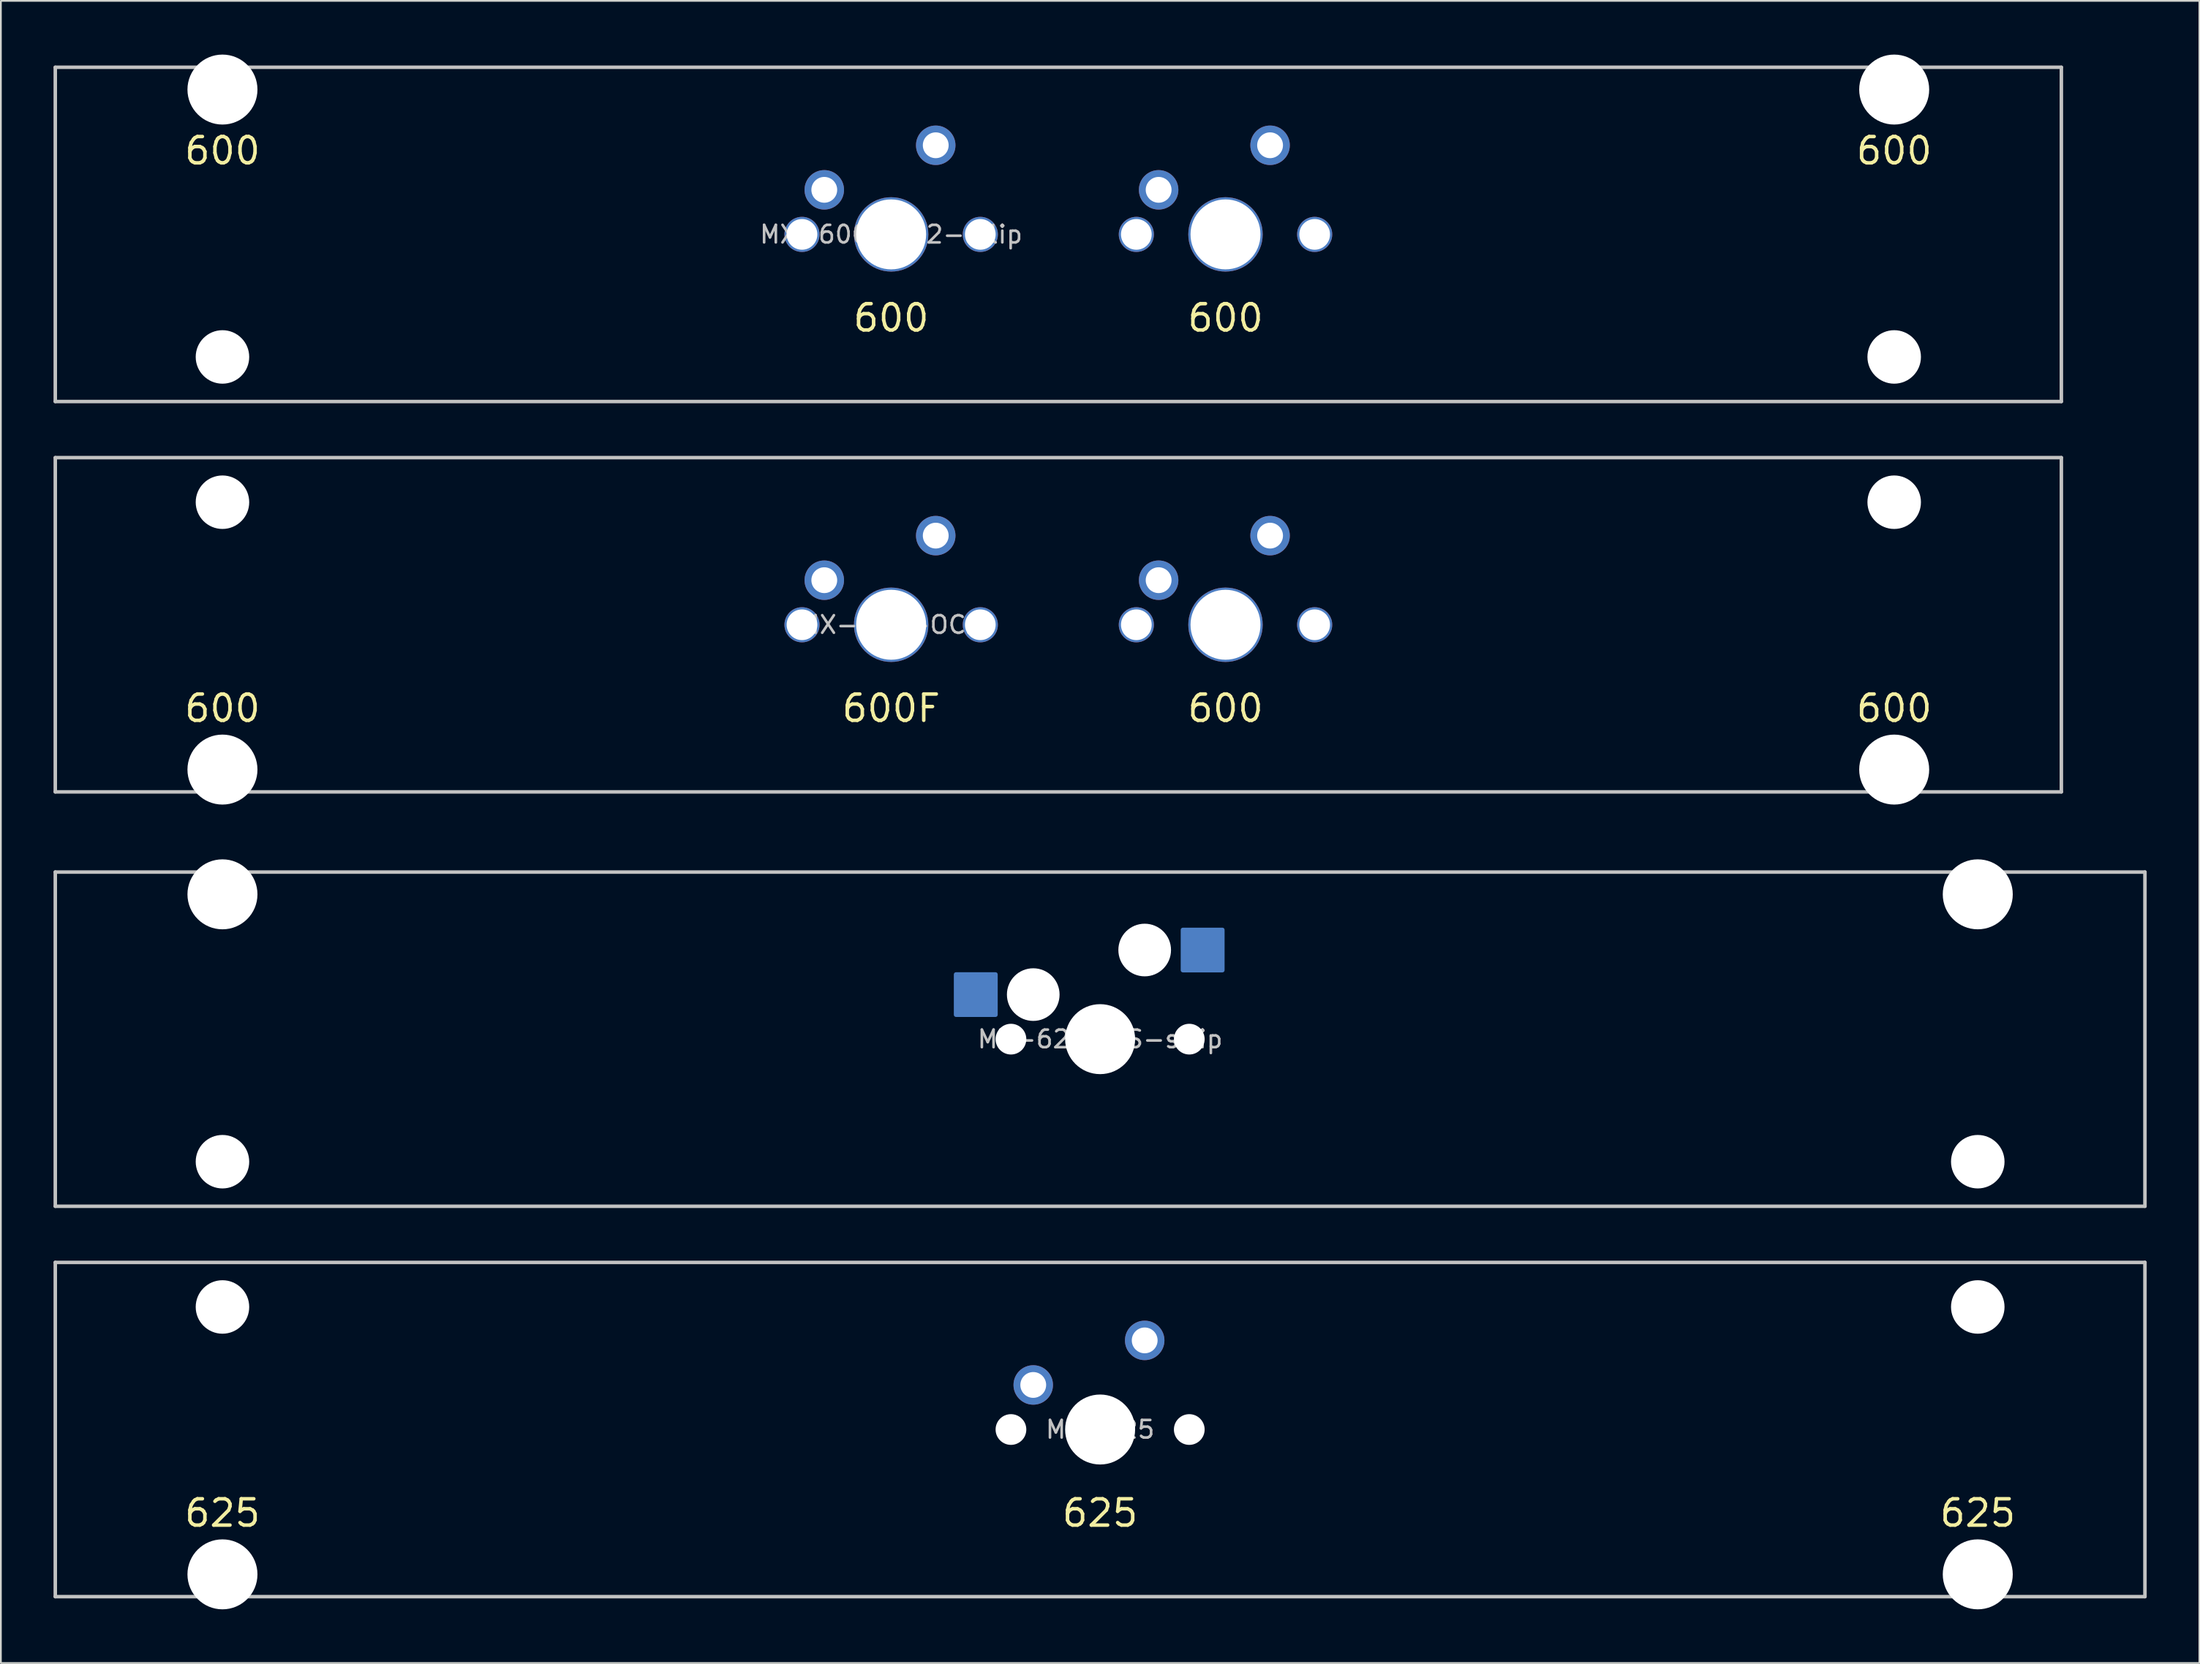
<source format=kicad_pcb>
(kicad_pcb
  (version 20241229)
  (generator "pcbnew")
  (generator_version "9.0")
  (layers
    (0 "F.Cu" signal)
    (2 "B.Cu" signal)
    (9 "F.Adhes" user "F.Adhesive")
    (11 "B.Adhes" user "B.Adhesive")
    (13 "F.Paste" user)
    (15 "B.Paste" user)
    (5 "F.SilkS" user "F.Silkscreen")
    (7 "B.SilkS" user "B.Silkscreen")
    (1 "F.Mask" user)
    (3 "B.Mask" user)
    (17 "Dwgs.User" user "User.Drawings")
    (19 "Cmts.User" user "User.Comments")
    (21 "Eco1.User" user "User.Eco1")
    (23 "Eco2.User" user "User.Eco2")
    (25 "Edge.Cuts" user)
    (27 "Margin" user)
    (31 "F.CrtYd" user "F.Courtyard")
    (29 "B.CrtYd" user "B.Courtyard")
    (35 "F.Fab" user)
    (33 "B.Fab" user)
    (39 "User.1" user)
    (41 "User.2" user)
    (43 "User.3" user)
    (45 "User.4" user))
  (footprint "MX-600-OC2-sflip"
    (layer "F.Cu")
    (at 57.25 10.31)
    (property "Reference" "MX-600-OC2-sflip" (at -9.525 0 0) (layer "Dwgs.User") (effects (font (size 1 1) (thickness 0.15))))
    (attr through_hole)
    (fp_line (start -57.15 -9.525) (end 57.15 -9.525) (stroke (width 0.2) (type solid)) (layer "Dwgs.User"))
    (fp_line (start -57.15 9.525) (end -57.15 -9.525) (stroke (width 0.2) (type solid)) (layer "Dwgs.User"))
    (fp_line (start -57.15 9.525) (end 57.15 9.525) (stroke (width 0.2) (type solid)) (layer "Dwgs.User"))
    (fp_line (start 57.15 -9.525) (end 57.15 9.525) (stroke (width 0.2) (type solid)) (layer "Dwgs.User"))
    (fp_line (start -51.055 -10.25) (end -51.055 8.95) (stroke (width 0.12) (type solid)) (layer "Eco1.User"))
    (fp_line (start -51.055 8.95) (end -44.195 8.95) (stroke (width 0.12) (type solid)) (layer "Eco1.User"))
    (fp_line (start -44.195 -7) (end -16.525 -7) (stroke (width 0.12) (type solid)) (layer "Eco1.User"))
    (fp_line (start -44.195 8.95) (end -44.195 -7) (stroke (width 0.12) (type solid)) (layer "Eco1.User"))
    (fp_line (start -16.525 7) (end -16.525 -7) (stroke (width 0.12) (type solid)) (layer "Eco1.User"))
    (fp_line (start -2.525 7) (end -16.525 7) (stroke (width 0.12) (type solid)) (layer "Eco1.User"))
    (fp_line (start -2.525 7) (end -2.525 -7) (stroke (width 0.12) (type solid)) (layer "Eco1.User"))
    (fp_line (start 2.525 -7) (end -2.525 -7) (stroke (width 0.12) (type solid)) (layer "Eco1.User"))
    (fp_line (start 2.525 7) (end 2.525 -7) (stroke (width 0.12) (type solid)) (layer "Eco1.User"))
    (fp_line (start 16.525 -7) (end 44.195 -7) (stroke (width 0.12) (type solid)) (layer "Eco1.User"))
    (fp_line (start 16.525 7) (end 2.525 7) (stroke (width 0.12) (type solid)) (layer "Eco1.User"))
    (fp_line (start 16.525 7) (end 16.525 -7) (stroke (width 0.12) (type solid)) (layer "Eco1.User"))
    (fp_line (start 44.195 -7) (end 44.195 8.95) (stroke (width 0.12) (type solid)) (layer "Eco1.User"))
    (fp_line (start 44.195 8.95) (end 51.055 8.95) (stroke (width 0.12) (type solid)) (layer "Eco1.User"))
    (fp_line (start 51.055 -10.25) (end -51.055 -10.25) (stroke (width 0.12) (type solid)) (layer "Eco1.User"))
    (fp_line (start 51.055 8.95) (end 51.055 -10.25) (stroke (width 0.12) (type solid)) (layer "Eco1.User"))
    (fp_circle (center -47.625 6.985) (end -50.125 6.985) (stroke (width 0.12) (type solid)) (fill no) (layer "Eco2.User"))
    (fp_circle (center 47.625 6.985) (end 45.125 6.985) (stroke (width 0.12) (type solid)) (fill no) (layer "Eco2.User"))
    (fp_text user "600" (at -47.625 -4.763 0) (layer "F.SilkS") (effects (font (size 1.5 1.5) (thickness 0.2))))
    (fp_text user "600" (at 47.625 -4.763 0) (layer "F.SilkS") (effects (font (size 1.5 1.5) (thickness 0.2))))
    (fp_text user "600" (at 9.525 4.763 0) (layer "F.SilkS") (effects (font (size 1.5 1.5) (thickness 0.2))))
    (fp_text user "600" (at -9.525 4.763 0) (layer "F.SilkS") (effects (font (size 1.5 1.5) (thickness 0.2))))
    (pad "" np_thru_hole circle (at -47.625 -8.255 180) (size 3.988 3.988) (drill 3.988) (layers "*.Cu" "*.Mask"))
    (pad "" np_thru_hole circle (at -47.625 6.985 180) (size 3.048 3.048) (drill 3.048) (layers "*.Cu" "*.Mask"))
    (pad "" thru_hole circle (at -14.605 0) (size 2 2) (drill 1.75) (layers "*.Cu"))
    (pad "" thru_hole circle (at -9.525 0) (size 4.238 4.238) (drill 3.988) (layers "*.Cu"))
    (pad "" thru_hole circle (at -4.445 0) (size 2 2) (drill 1.75) (layers "*.Cu"))
    (pad "" thru_hole circle (at 4.445 0) (size 2 2) (drill 1.75) (layers "*.Cu"))
    (pad "" thru_hole circle (at 9.525 0) (size 4.238 4.238) (drill 3.988) (layers "*.Cu"))
    (pad "" thru_hole circle (at 14.605 0) (size 2 2) (drill 1.75) (layers "*.Cu"))
    (pad "" np_thru_hole circle (at 47.625 -8.255 180) (size 3.988 3.988) (drill 3.988) (layers "*.Cu" "*.Mask"))
    (pad "" np_thru_hole circle (at 47.625 6.985 180) (size 3.048 3.048) (drill 3.048) (layers "*.Cu" "*.Mask"))
    (pad "1" thru_hole circle (at -6.985 -5.08) (size 2.25 2.25) (drill 1.47) (layers "*.Cu" "B.Mask"))
    (pad "1" thru_hole circle (at 12.065 -5.08) (size 2.25 2.25) (drill 1.47) (layers "*.Cu" "B.Mask"))
    (pad "2" thru_hole circle (at -13.335 -2.54) (size 2.25 2.25) (drill 1.47) (layers "*.Cu" "B.Mask"))
    (pad "2" thru_hole circle (at 5.715 -2.54) (size 2.25 2.25) (drill 1.47) (layers "*.Cu" "B.Mask")))
  (footprint "MX-600-OC2"
    (layer "F.Cu")
    (at 57.25 32.56)
    (property "Reference" "MX-600-OC2" (at -9.525 0 0) (layer "Dwgs.User") (effects (font (size 1 1) (thickness 0.15))))
    (attr through_hole)
    (fp_line (start -57.15 9.525) (end -57.15 -9.525) (stroke (width 0.2) (type solid)) (layer "Dwgs.User"))
    (fp_line (start 57.15 -9.525) (end -57.15 -9.525) (stroke (width 0.2) (type solid)) (layer "Dwgs.User"))
    (fp_line (start 57.15 -9.525) (end 57.15 9.525) (stroke (width 0.2) (type solid)) (layer "Dwgs.User"))
    (fp_line (start 57.15 9.525) (end -57.15 9.525) (stroke (width 0.2) (type solid)) (layer "Dwgs.User"))
    (fp_line (start -51.055 -8.95) (end -51.055 10.25) (stroke (width 0.12) (type solid)) (layer "Eco1.User"))
    (fp_line (start -51.055 10.25) (end 51.055 10.25) (stroke (width 0.12) (type solid)) (layer "Eco1.User"))
    (fp_line (start -44.195 -8.95) (end -51.055 -8.95) (stroke (width 0.12) (type solid)) (layer "Eco1.User"))
    (fp_line (start -44.195 7) (end -44.195 -8.95) (stroke (width 0.12) (type solid)) (layer "Eco1.User"))
    (fp_line (start -16.525 -7) (end -16.525 7) (stroke (width 0.12) (type solid)) (layer "Eco1.User"))
    (fp_line (start -16.525 -7) (end -2.525 -7) (stroke (width 0.12) (type solid)) (layer "Eco1.User"))
    (fp_line (start -16.525 7) (end -44.195 7) (stroke (width 0.12) (type solid)) (layer "Eco1.User"))
    (fp_line (start -2.525 -7) (end -2.525 7) (stroke (width 0.12) (type solid)) (layer "Eco1.User"))
    (fp_line (start -2.525 7) (end 2.525 7) (stroke (width 0.12) (type solid)) (layer "Eco1.User"))
    (fp_line (start 2.525 -7) (end 2.525 7) (stroke (width 0.12) (type solid)) (layer "Eco1.User"))
    (fp_line (start 2.525 -7) (end 16.525 -7) (stroke (width 0.12) (type solid)) (layer "Eco1.User"))
    (fp_line (start 16.525 -7) (end 16.525 7) (stroke (width 0.12) (type solid)) (layer "Eco1.User"))
    (fp_line (start 44.195 -8.95) (end 44.195 7) (stroke (width 0.12) (type solid)) (layer "Eco1.User"))
    (fp_line (start 44.195 7) (end 16.525 7) (stroke (width 0.12) (type solid)) (layer "Eco1.User"))
    (fp_line (start 51.055 -8.95) (end 44.195 -8.95) (stroke (width 0.12) (type solid)) (layer "Eco1.User"))
    (fp_line (start 51.055 10.25) (end 51.055 -8.95) (stroke (width 0.12) (type solid)) (layer "Eco1.User"))
    (fp_circle (center -47.625 -6.985) (end -45.125 -6.985) (stroke (width 0.12) (type solid)) (fill no) (layer "Eco2.User"))
    (fp_circle (center 47.625 -6.985) (end 50.125 -6.985) (stroke (width 0.12) (type solid)) (fill no) (layer "Eco2.User"))
    (fp_text user "600" (at -47.625 4.763 0) (layer "F.SilkS") (effects (font (size 1.5 1.5) (thickness 0.2))))
    (fp_text user "600" (at 9.525 4.763 0) (layer "F.SilkS") (effects (font (size 1.5 1.5) (thickness 0.2))))
    (fp_text user "600F" (at -9.525 4.763 0) (layer "F.SilkS") (effects (font (size 1.5 1.5) (thickness 0.2))))
    (fp_text user "600" (at 47.625 4.763 0) (layer "F.SilkS") (effects (font (size 1.5 1.5) (thickness 0.2))))
    (pad "" np_thru_hole circle (at -47.625 -6.985) (size 3.048 3.048) (drill 3.048) (layers "*.Cu" "*.Mask"))
    (pad "" np_thru_hole circle (at -47.625 8.255) (size 3.988 3.988) (drill 3.988) (layers "*.Cu" "*.Mask"))
    (pad "" thru_hole circle (at -14.605 0) (size 2 2) (drill 1.75) (layers "*.Cu"))
    (pad "" thru_hole circle (at -9.525 0) (size 4.238 4.238) (drill 3.988) (layers "*.Cu"))
    (pad "" thru_hole circle (at -4.445 0) (size 2 2) (drill 1.75) (layers "*.Cu"))
    (pad "" thru_hole circle (at 4.445 0) (size 2 2) (drill 1.75) (layers "*.Cu"))
    (pad "" thru_hole circle (at 9.525 0) (size 4.238 4.238) (drill 3.988) (layers "*.Cu"))
    (pad "" thru_hole circle (at 14.605 0) (size 2 2) (drill 1.75) (layers "*.Cu"))
    (pad "" np_thru_hole circle (at 47.625 -6.985) (size 3.048 3.048) (drill 3.048) (layers "*.Cu" "*.Mask"))
    (pad "" np_thru_hole circle (at 47.625 8.255) (size 3.988 3.988) (drill 3.988) (layers "*.Cu" "*.Mask"))
    (pad "1" thru_hole circle (at -6.985 -5.08) (size 2.25 2.25) (drill 1.47) (layers "*.Cu" "B.Mask"))
    (pad "1" thru_hole circle (at 12.065 -5.08) (size 2.25 2.25) (drill 1.47) (layers "*.Cu" "B.Mask"))
    (pad "2" thru_hole circle (at -13.335 -2.54) (size 2.25 2.25) (drill 1.47) (layers "*.Cu" "B.Mask"))
    (pad "2" thru_hole circle (at 5.715 -2.54) (size 2.25 2.25) (drill 1.47) (layers "*.Cu" "B.Mask")))
  (footprint "MX-625"
    (layer "F.Cu")
    (at 59.631 78.43)
    (property "Reference" "MX-625" (at 0 0 0) (layer "Dwgs.User") (effects (font (size 1 1) (thickness 0.15))))
    (attr through_hole)
    (fp_line (start -59.531 9.525) (end -59.531 -9.525) (stroke (width 0.2) (type solid)) (layer "Dwgs.User"))
    (fp_line (start 59.531 -9.525) (end -59.531 -9.525) (stroke (width 0.2) (type solid)) (layer "Dwgs.User"))
    (fp_line (start 59.531 -9.525) (end 59.531 9.525) (stroke (width 0.2) (type solid)) (layer "Dwgs.User"))
    (fp_line (start 59.531 9.525) (end -59.531 9.525) (stroke (width 0.2) (type solid)) (layer "Dwgs.User"))
    (fp_line (start -53.436 -8.95) (end -53.436 10.25) (stroke (width 0.12) (type solid)) (layer "Eco1.User"))
    (fp_line (start -53.436 10.25) (end 53.436 10.25) (stroke (width 0.12) (type solid)) (layer "Eco1.User"))
    (fp_line (start -46.576 -8.95) (end -53.436 -8.95) (stroke (width 0.12) (type solid)) (layer "Eco1.User"))
    (fp_line (start -46.576 7) (end -46.576 -8.95) (stroke (width 0.12) (type solid)) (layer "Eco1.User"))
    (fp_line (start -7 -7) (end -7 7) (stroke (width 0.12) (type solid)) (layer "Eco1.User"))
    (fp_line (start -7 -7) (end 7 -7) (stroke (width 0.12) (type solid)) (layer "Eco1.User"))
    (fp_line (start -7 7) (end -46.576 7) (stroke (width 0.12) (type solid)) (layer "Eco1.User"))
    (fp_line (start 7 -7) (end 7 7) (stroke (width 0.12) (type solid)) (layer "Eco1.User"))
    (fp_line (start 46.576 -8.95) (end 46.576 7) (stroke (width 0.12) (type solid)) (layer "Eco1.User"))
    (fp_line (start 46.576 7) (end 7 7) (stroke (width 0.12) (type solid)) (layer "Eco1.User"))
    (fp_line (start 53.436 -8.95) (end 46.576 -8.95) (stroke (width 0.12) (type solid)) (layer "Eco1.User"))
    (fp_line (start 53.436 10.25) (end 53.436 -8.95) (stroke (width 0.12) (type solid)) (layer "Eco1.User"))
    (fp_circle (center -50.006 -6.985) (end -47.506 -6.985) (stroke (width 0.12) (type solid)) (fill no) (layer "Eco2.User"))
    (fp_circle (center 50.006 -6.985) (end 52.506 -6.985) (stroke (width 0.12) (type solid)) (fill no) (layer "Eco2.User"))
    (fp_text user "625" (at 0 4.763 0) (layer "F.SilkS") (effects (font (size 1.5 1.5) (thickness 0.2))))
    (fp_text user "625" (at -50.006 4.763 0) (layer "F.SilkS") (effects (font (size 1.5 1.5) (thickness 0.2))))
    (fp_text user "625" (at 50.006 4.763 0) (layer "F.SilkS") (effects (font (size 1.5 1.5) (thickness 0.2))))
    (pad "" np_thru_hole circle (at -50.006 -6.985) (size 3.048 3.048) (drill 3.048) (layers "*.Cu" "*.Mask"))
    (pad "" np_thru_hole circle (at -50.006 8.255) (size 3.988 3.988) (drill 3.988) (layers "*.Cu" "*.Mask"))
    (pad "" np_thru_hole circle (at -5.08 0) (size 1.75 1.75) (drill 1.75) (layers "*.Cu" "*.Mask"))
    (pad "" np_thru_hole circle (at 0 0) (size 3.988 3.988) (drill 3.988) (layers "*.Cu" "*.Mask"))
    (pad "" np_thru_hole circle (at 5.08 0) (size 1.75 1.75) (drill 1.75) (layers "*.Cu" "*.Mask"))
    (pad "" np_thru_hole circle (at 50.006 -6.985) (size 3.048 3.048) (drill 3.048) (layers "*.Cu" "*.Mask"))
    (pad "" np_thru_hole circle (at 50.006 8.255) (size 3.988 3.988) (drill 3.988) (layers "*.Cu" "*.Mask"))
    (pad "1" thru_hole circle (at 2.54 -5.08) (size 2.25 2.25) (drill 1.47) (layers "*.Cu" "B.Mask"))
    (pad "2" thru_hole circle (at -3.81 -2.54) (size 2.25 2.25) (drill 1.47) (layers "*.Cu" "B.Mask")))
  (footprint "MX-625-HS-sflip"
    (layer "F.Cu")
    (at 59.631 56.18)
    (property "Reference" "MX-625-HS-sflip" (at 0 0 0) (layer "Dwgs.User") (effects (font (size 1 1) (thickness 0.15))))
    (attr through_hole)
    (fp_line (start -59.531 -9.525) (end 59.531 -9.525) (stroke (width 0.2) (type solid)) (layer "Dwgs.User"))
    (fp_line (start -59.531 9.525) (end -59.531 -9.525) (stroke (width 0.2) (type solid)) (layer "Dwgs.User"))
    (fp_line (start -59.531 9.525) (end 59.531 9.525) (stroke (width 0.2) (type solid)) (layer "Dwgs.User"))
    (fp_line (start 59.531 -9.525) (end 59.531 9.525) (stroke (width 0.2) (type solid)) (layer "Dwgs.User"))
    (fp_line (start -53.436 -10.25) (end -53.436 8.95) (stroke (width 0.12) (type solid)) (layer "Eco1.User"))
    (fp_line (start -53.436 8.95) (end -46.576 8.95) (stroke (width 0.12) (type solid)) (layer "Eco1.User"))
    (fp_line (start -46.576 -7) (end -7 -7) (stroke (width 0.12) (type solid)) (layer "Eco1.User"))
    (fp_line (start -46.576 8.95) (end -46.576 -7) (stroke (width 0.12) (type solid)) (layer "Eco1.User"))
    (fp_line (start -7 7) (end -7 -7) (stroke (width 0.12) (type solid)) (layer "Eco1.User"))
    (fp_line (start 7 -7) (end 46.576 -7) (stroke (width 0.12) (type solid)) (layer "Eco1.User"))
    (fp_line (start 7 7) (end -7 7) (stroke (width 0.12) (type solid)) (layer "Eco1.User"))
    (fp_line (start 7 7) (end 7 -7) (stroke (width 0.12) (type solid)) (layer "Eco1.User"))
    (fp_line (start 46.576 -7) (end 46.576 8.95) (stroke (width 0.12) (type solid)) (layer "Eco1.User"))
    (fp_line (start 46.576 8.95) (end 53.436 8.95) (stroke (width 0.12) (type solid)) (layer "Eco1.User"))
    (fp_line (start 53.436 -10.25) (end -53.436 -10.25) (stroke (width 0.12) (type solid)) (layer "Eco1.User"))
    (fp_line (start 53.436 8.95) (end 53.436 -10.25) (stroke (width 0.12) (type solid)) (layer "Eco1.User"))
    (fp_circle (center -50.006 6.985) (end -52.506 6.985) (stroke (width 0.12) (type solid)) (fill no) (layer "Eco2.User"))
    (fp_circle (center 50.006 6.985) (end 47.506 6.985) (stroke (width 0.12) (type solid)) (fill no) (layer "Eco2.User"))
    (pad "" np_thru_hole circle (at -50.006 -8.255 180) (size 3.988 3.988) (drill 3.988) (layers "*.Cu" "*.Mask"))
    (pad "" np_thru_hole circle (at -50.006 6.985 180) (size 3.048 3.048) (drill 3.048) (layers "*.Cu" "*.Mask"))
    (pad "" np_thru_hole circle (at -5.08 0) (size 1.75 1.75) (drill 1.75) (layers "*.Cu" "*.Mask"))
    (pad "" np_thru_hole circle (at -3.81 -2.54) (size 3 3) (drill 3) (layers "*.Cu" "*.Mask"))
    (pad "" np_thru_hole circle (at 0 0) (size 3.988 3.988) (drill 3.988) (layers "*.Cu" "*.Mask"))
    (pad "" np_thru_hole circle (at 2.54 -5.08) (size 3 3) (drill 3) (layers "*.Cu" "*.Mask"))
    (pad "" np_thru_hole circle (at 5.08 0) (size 1.75 1.75) (drill 1.75) (layers "*.Cu" "*.Mask"))
    (pad "" np_thru_hole circle (at 50.006 -8.255 180) (size 3.988 3.988) (drill 3.988) (layers "*.Cu" "*.Mask"))
    (pad "" np_thru_hole circle (at 50.006 6.985 180) (size 3.048 3.048) (drill 3.048) (layers "*.Cu" "*.Mask"))
    (pad "1" smd roundrect (at 5.842 -5.08) (size 2.5 2.55) (layers "B.Cu" "B.Mask" "B.Paste") (roundrect_rratio 0.05))
    (pad "2" smd roundrect (at -7.085 -2.54) (size 2.5 2.55) (layers "B.Cu" "B.Mask" "B.Paste") (roundrect_rratio 0.05)))
  (gr_rect
    (start -3 -3)
    (end 122.263 91.74)
    (stroke (width 0.1) (type default))
    (fill no)
    (layer "Edge.Cuts")))
</source>
